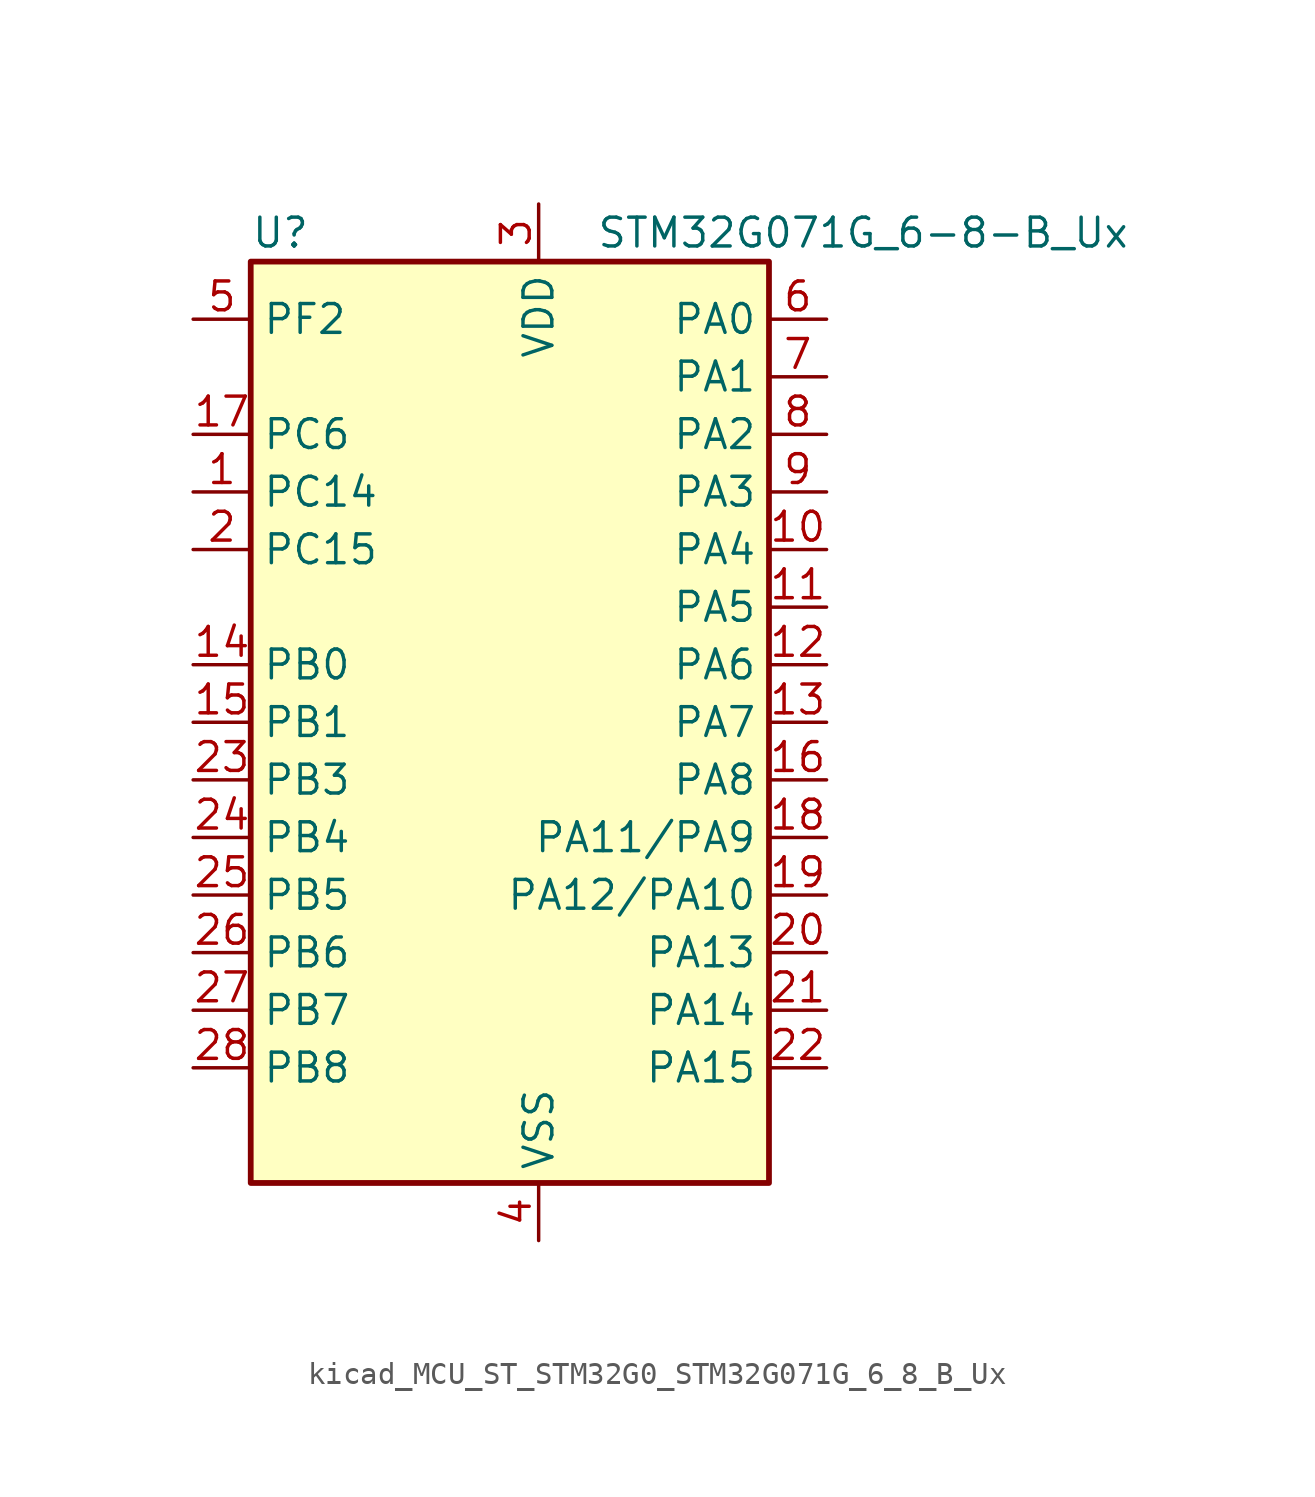
<source format=kicad_sym>
(kicad_symbol_lib
  (version 20220914)
  (generator kicad_symbol_editor)
  (symbol "kicad_MCU_ST_STM32G0_STM32G071G_6_8_B_Ux"
    (property "Reference" "U"
      (at -10.16 21.59 0)
      (effects (font (size 1.27 1.27)) (justify left)))
    (property "Value" "STM32G071G_6-8-B_Ux"
      (at 5.08 21.59 0)
      (effects (font (size 1.27 1.27)) (justify left)))
    (property "ki_locked" ""
      (at 0 0 0)
      (effects (font (size 1.27 1.27))))
    (symbol "kicad_MCU_ST_STM32G0_STM32G071G_6_8_B_Ux_0_1"
      (rectangle (start -10.16 -20.32) (end 12.7 20.32) (stroke (width 0.254) (type default)) (fill (type background))))
    (symbol "kicad_MCU_ST_STM32G0_STM32G071G_6_8_B_Ux_1_1"
      (pin bidirectional line (at -12.7 10.16 0) (length 2.54) (name "PC14" (effects (font (size 1.27 1.27)))) (number "1" (effects (font (size 1.27 1.27)))) (alternate "RCC_OSC32_IN" bidirectional line) (alternate "RCC_OSC_IN" bidirectional line) (alternate "TIM1_BK2" bidirectional line))
      (pin bidirectional line (at 15.24 7.62 180) (length 2.54) (name "PA4" (effects (font (size 1.27 1.27)))) (number "10" (effects (font (size 1.27 1.27)))) (alternate "ADC1_IN4" bidirectional line) (alternate "DAC1_OUT1" bidirectional line) (alternate "I2S1_WS" bidirectional line) (alternate "LPTIM2_OUT" bidirectional line) (alternate "RTC_OUT_ALARM" bidirectional line) (alternate "RTC_OUT_CALIB" bidirectional line) (alternate "RTC_TAMP_IN1" bidirectional line) (alternate "RTC_TS" bidirectional line) (alternate "SPI1_NSS" bidirectional line) (alternate "SPI2_MOSI" bidirectional line) (alternate "SYS_WKUP2" bidirectional line) (alternate "TIM14_CH1" bidirectional line))
      (pin bidirectional line (at 15.24 5.08 180) (length 2.54) (name "PA5" (effects (font (size 1.27 1.27)))) (number "11" (effects (font (size 1.27 1.27)))) (alternate "ADC1_IN5" bidirectional line) (alternate "CEC" bidirectional line) (alternate "DAC1_OUT2" bidirectional line) (alternate "I2S1_CK" bidirectional line) (alternate "LPTIM2_ETR" bidirectional line) (alternate "SPI1_SCK" bidirectional line) (alternate "TIM2_CH1" bidirectional line) (alternate "TIM2_ETR" bidirectional line) (alternate "UCPD1_FRSTX1" bidirectional line) (alternate "UCPD1_FRSTX2" bidirectional line) (alternate "USART3_TX" bidirectional line))
      (pin bidirectional line (at 15.24 2.54 180) (length 2.54) (name "PA6" (effects (font (size 1.27 1.27)))) (number "12" (effects (font (size 1.27 1.27)))) (alternate "ADC1_IN6" bidirectional line) (alternate "COMP1_OUT" bidirectional line) (alternate "I2S1_MCK" bidirectional line) (alternate "LPUART1_CTS" bidirectional line) (alternate "SPI1_MISO" bidirectional line) (alternate "TIM16_CH1" bidirectional line) (alternate "TIM1_BK" bidirectional line) (alternate "TIM3_CH1" bidirectional line) (alternate "USART3_CTS" bidirectional line) (alternate "USART3_NSS" bidirectional line))
      (pin bidirectional line (at 15.24 0 180) (length 2.54) (name "PA7" (effects (font (size 1.27 1.27)))) (number "13" (effects (font (size 1.27 1.27)))) (alternate "ADC1_IN7" bidirectional line) (alternate "COMP2_OUT" bidirectional line) (alternate "I2S1_SD" bidirectional line) (alternate "SPI1_MOSI" bidirectional line) (alternate "TIM14_CH1" bidirectional line) (alternate "TIM17_CH1" bidirectional line) (alternate "TIM1_CH1N" bidirectional line) (alternate "TIM3_CH2" bidirectional line) (alternate "UCPD1_FRSTX1" bidirectional line) (alternate "UCPD1_FRSTX2" bidirectional line))
      (pin bidirectional line (at -12.7 2.54 0) (length 2.54) (name "PB0" (effects (font (size 1.27 1.27)))) (number "14" (effects (font (size 1.27 1.27)))) (alternate "ADC1_IN8" bidirectional line) (alternate "COMP1_OUT" bidirectional line) (alternate "I2S1_WS" bidirectional line) (alternate "LPTIM1_OUT" bidirectional line) (alternate "SPI1_NSS" bidirectional line) (alternate "TIM1_CH2N" bidirectional line) (alternate "TIM3_CH3" bidirectional line) (alternate "UCPD1_FRSTX1" bidirectional line) (alternate "UCPD1_FRSTX2" bidirectional line) (alternate "USART3_RX" bidirectional line))
      (pin bidirectional line (at -12.7 0 0) (length 2.54) (name "PB1" (effects (font (size 1.27 1.27)))) (number "15" (effects (font (size 1.27 1.27)))) (alternate "ADC1_IN9" bidirectional line) (alternate "COMP1_INM" bidirectional line) (alternate "LPTIM2_IN1" bidirectional line) (alternate "LPUART1_DE" bidirectional line) (alternate "LPUART1_RTS" bidirectional line) (alternate "TIM14_CH1" bidirectional line) (alternate "TIM1_CH3N" bidirectional line) (alternate "TIM3_CH4" bidirectional line) (alternate "USART3_CK" bidirectional line) (alternate "USART3_DE" bidirectional line) (alternate "USART3_RTS" bidirectional line))
      (pin bidirectional line (at 15.24 -2.54 180) (length 2.54) (name "PA8" (effects (font (size 1.27 1.27)))) (number "16" (effects (font (size 1.27 1.27)))) (alternate "LPTIM2_OUT" bidirectional line) (alternate "RCC_MCO" bidirectional line) (alternate "SPI2_NSS" bidirectional line) (alternate "TIM1_CH1" bidirectional line) (alternate "UCPD1_CC1" bidirectional line))
      (pin bidirectional line (at -12.7 12.7 0) (length 2.54) (name "PC6" (effects (font (size 1.27 1.27)))) (number "17" (effects (font (size 1.27 1.27)))) (alternate "TIM2_CH3" bidirectional line) (alternate "TIM3_CH1" bidirectional line) (alternate "UCPD1_FRSTX1" bidirectional line) (alternate "UCPD1_FRSTX2" bidirectional line))
      (pin bidirectional line (at 15.24 -5.08 180) (length 2.54) (name "PA11/PA9" (effects (font (size 1.27 1.27)))) (number "18" (effects (font (size 1.27 1.27)))) (alternate "ADC1_EXTI11" bidirectional line) (alternate "COMP1_OUT" bidirectional line) (alternate "I2C2_SCL" bidirectional line) (alternate "I2S1_MCK" bidirectional line) (alternate "SPI1_MISO" bidirectional line) (alternate "TIM1_BK2" bidirectional line) (alternate "TIM1_CH4" bidirectional line) (alternate "USART1_CTS" bidirectional line) (alternate "USART1_NSS" bidirectional line))
      (pin bidirectional line (at 15.24 -7.62 180) (length 2.54) (name "PA12/PA10" (effects (font (size 1.27 1.27)))) (number "19" (effects (font (size 1.27 1.27)))) (alternate "COMP2_OUT" bidirectional line) (alternate "I2C2_SDA" bidirectional line) (alternate "I2S1_SD" bidirectional line) (alternate "I2S_CKIN" bidirectional line) (alternate "SPI1_MOSI" bidirectional line) (alternate "TIM1_ETR" bidirectional line) (alternate "USART1_CK" bidirectional line) (alternate "USART1_DE" bidirectional line) (alternate "USART1_RTS" bidirectional line))
      (pin bidirectional line (at -12.7 7.62 0) (length 2.54) (name "PC15" (effects (font (size 1.27 1.27)))) (number "2" (effects (font (size 1.27 1.27)))) (alternate "RCC_OSC32_EN" bidirectional line) (alternate "RCC_OSC32_OUT" bidirectional line) (alternate "RCC_OSC_EN" bidirectional line) (alternate "TIM15_BK" bidirectional line))
      (pin bidirectional line (at 15.24 -10.16 180) (length 2.54) (name "PA13" (effects (font (size 1.27 1.27)))) (number "20" (effects (font (size 1.27 1.27)))) (alternate "IR_OUT" bidirectional line) (alternate "SYS_SWDIO" bidirectional line))
      (pin bidirectional line (at 15.24 -12.7 180) (length 2.54) (name "PA14" (effects (font (size 1.27 1.27)))) (number "21" (effects (font (size 1.27 1.27)))) (alternate "SYS_SWCLK" bidirectional line) (alternate "USART2_TX" bidirectional line))
      (pin bidirectional line (at 15.24 -15.24 180) (length 2.54) (name "PA15" (effects (font (size 1.27 1.27)))) (number "22" (effects (font (size 1.27 1.27)))) (alternate "I2S1_WS" bidirectional line) (alternate "SPI1_NSS" bidirectional line) (alternate "TIM2_CH1" bidirectional line) (alternate "TIM2_ETR" bidirectional line) (alternate "USART2_RX" bidirectional line) (alternate "USART3_CK" bidirectional line) (alternate "USART3_DE" bidirectional line) (alternate "USART3_RTS" bidirectional line) (alternate "USART4_CK" bidirectional line) (alternate "USART4_DE" bidirectional line) (alternate "USART4_RTS" bidirectional line))
      (pin bidirectional line (at -12.7 -2.54 0) (length 2.54) (name "PB3" (effects (font (size 1.27 1.27)))) (number "23" (effects (font (size 1.27 1.27)))) (alternate "COMP2_INM" bidirectional line) (alternate "I2S1_CK" bidirectional line) (alternate "SPI1_SCK" bidirectional line) (alternate "TIM1_CH2" bidirectional line) (alternate "TIM2_CH2" bidirectional line) (alternate "USART1_CK" bidirectional line) (alternate "USART1_DE" bidirectional line) (alternate "USART1_RTS" bidirectional line))
      (pin bidirectional line (at -12.7 -5.08 0) (length 2.54) (name "PB4" (effects (font (size 1.27 1.27)))) (number "24" (effects (font (size 1.27 1.27)))) (alternate "COMP2_INP" bidirectional line) (alternate "I2S1_MCK" bidirectional line) (alternate "SPI1_MISO" bidirectional line) (alternate "TIM17_BK" bidirectional line) (alternate "TIM3_CH1" bidirectional line) (alternate "USART1_CTS" bidirectional line) (alternate "USART1_NSS" bidirectional line))
      (pin bidirectional line (at -12.7 -7.62 0) (length 2.54) (name "PB5" (effects (font (size 1.27 1.27)))) (number "25" (effects (font (size 1.27 1.27)))) (alternate "COMP2_OUT" bidirectional line) (alternate "I2C1_SMBA" bidirectional line) (alternate "I2S1_SD" bidirectional line) (alternate "LPTIM1_IN1" bidirectional line) (alternate "SPI1_MOSI" bidirectional line) (alternate "SYS_WKUP6" bidirectional line) (alternate "TIM16_BK" bidirectional line) (alternate "TIM3_CH2" bidirectional line))
      (pin bidirectional line (at -12.7 -10.16 0) (length 2.54) (name "PB6" (effects (font (size 1.27 1.27)))) (number "26" (effects (font (size 1.27 1.27)))) (alternate "COMP2_INP" bidirectional line) (alternate "I2C1_SCL" bidirectional line) (alternate "LPTIM1_ETR" bidirectional line) (alternate "SPI2_MISO" bidirectional line) (alternate "TIM16_CH1N" bidirectional line) (alternate "TIM1_CH3" bidirectional line) (alternate "USART1_TX" bidirectional line))
      (pin bidirectional line (at -12.7 -12.7 0) (length 2.54) (name "PB7" (effects (font (size 1.27 1.27)))) (number "27" (effects (font (size 1.27 1.27)))) (alternate "COMP2_INM" bidirectional line) (alternate "I2C1_SDA" bidirectional line) (alternate "LPTIM1_IN2" bidirectional line) (alternate "SPI2_MOSI" bidirectional line) (alternate "SYS_PVD_IN" bidirectional line) (alternate "TIM17_CH1N" bidirectional line) (alternate "USART1_RX" bidirectional line) (alternate "USART4_CTS" bidirectional line) (alternate "USART4_NSS" bidirectional line))
      (pin bidirectional line (at -12.7 -15.24 0) (length 2.54) (name "PB8" (effects (font (size 1.27 1.27)))) (number "28" (effects (font (size 1.27 1.27)))) (alternate "CEC" bidirectional line) (alternate "I2C1_SCL" bidirectional line) (alternate "SPI2_SCK" bidirectional line) (alternate "TIM15_BK" bidirectional line) (alternate "TIM16_CH1" bidirectional line) (alternate "USART3_TX" bidirectional line))
      (pin power_in line (at 2.54 22.86 270) (length 2.54) (name "VDD" (effects (font (size 1.27 1.27)))) (number "3" (effects (font (size 1.27 1.27)))))
      (pin power_in line (at 2.54 -22.86 90) (length 2.54) (name "VSS" (effects (font (size 1.27 1.27)))) (number "4" (effects (font (size 1.27 1.27)))))
      (pin bidirectional line (at -12.7 17.78 0) (length 2.54) (name "PF2" (effects (font (size 1.27 1.27)))) (number "5" (effects (font (size 1.27 1.27)))) (alternate "RCC_MCO" bidirectional line))
      (pin bidirectional line (at 15.24 17.78 180) (length 2.54) (name "PA0" (effects (font (size 1.27 1.27)))) (number "6" (effects (font (size 1.27 1.27)))) (alternate "ADC1_IN0" bidirectional line) (alternate "COMP1_INM" bidirectional line) (alternate "COMP1_OUT" bidirectional line) (alternate "LPTIM1_OUT" bidirectional line) (alternate "RTC_TAMP_IN2" bidirectional line) (alternate "SPI2_SCK" bidirectional line) (alternate "SYS_WKUP1" bidirectional line) (alternate "TIM2_CH1" bidirectional line) (alternate "TIM2_ETR" bidirectional line) (alternate "USART2_CTS" bidirectional line) (alternate "USART2_NSS" bidirectional line) (alternate "USART4_TX" bidirectional line))
      (pin bidirectional line (at 15.24 15.24 180) (length 2.54) (name "PA1" (effects (font (size 1.27 1.27)))) (number "7" (effects (font (size 1.27 1.27)))) (alternate "ADC1_IN1" bidirectional line) (alternate "COMP1_INP" bidirectional line) (alternate "I2C1_SMBA" bidirectional line) (alternate "I2S1_CK" bidirectional line) (alternate "SPI1_SCK" bidirectional line) (alternate "TIM15_CH1N" bidirectional line) (alternate "TIM2_CH2" bidirectional line) (alternate "USART2_CK" bidirectional line) (alternate "USART2_DE" bidirectional line) (alternate "USART2_RTS" bidirectional line) (alternate "USART4_RX" bidirectional line))
      (pin bidirectional line (at 15.24 12.7 180) (length 2.54) (name "PA2" (effects (font (size 1.27 1.27)))) (number "8" (effects (font (size 1.27 1.27)))) (alternate "ADC1_IN2" bidirectional line) (alternate "COMP2_INM" bidirectional line) (alternate "COMP2_OUT" bidirectional line) (alternate "I2S1_SD" bidirectional line) (alternate "LPUART1_TX" bidirectional line) (alternate "RCC_LSCO" bidirectional line) (alternate "SPI1_MOSI" bidirectional line) (alternate "SYS_WKUP4" bidirectional line) (alternate "TIM15_CH1" bidirectional line) (alternate "TIM2_CH3" bidirectional line) (alternate "UCPD1_FRSTX1" bidirectional line) (alternate "UCPD1_FRSTX2" bidirectional line) (alternate "USART2_TX" bidirectional line))
      (pin bidirectional line (at 15.24 10.16 180) (length 2.54) (name "PA3" (effects (font (size 1.27 1.27)))) (number "9" (effects (font (size 1.27 1.27)))) (alternate "ADC1_IN3" bidirectional line) (alternate "COMP2_INP" bidirectional line) (alternate "LPUART1_RX" bidirectional line) (alternate "SPI2_MISO" bidirectional line) (alternate "TIM15_CH2" bidirectional line) (alternate "TIM2_CH4" bidirectional line) (alternate "USART2_RX" bidirectional line)))))
</source>
